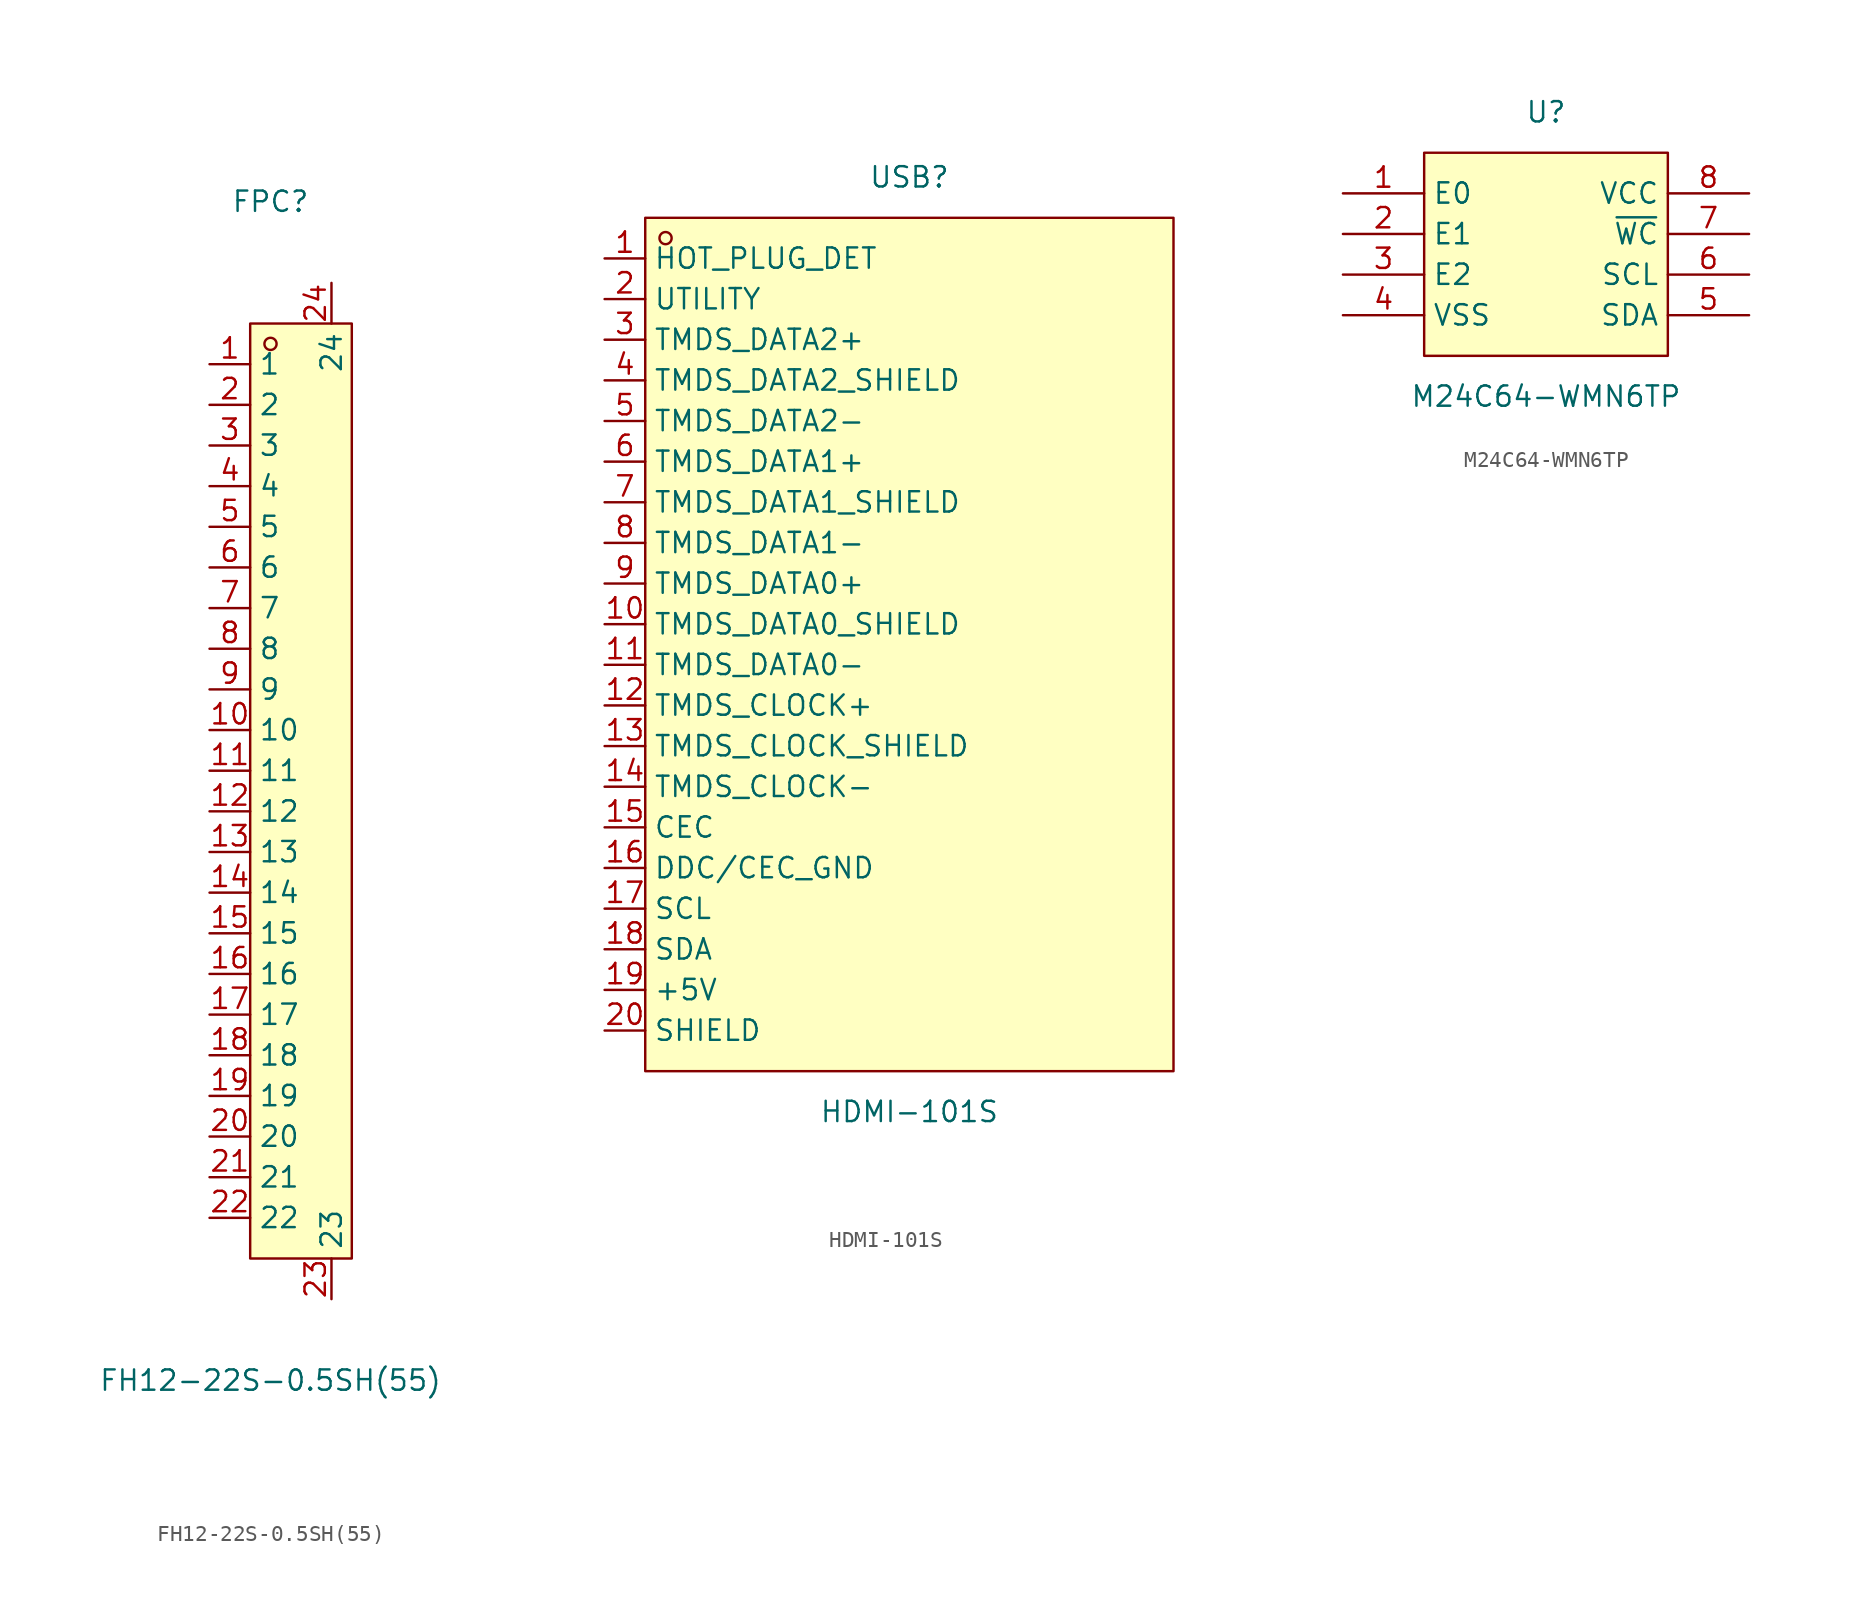
<source format=kicad_sym>
(kicad_symbol_lib
  (version 20211014)
  (generator https://github.com/uPesy/easyeda2kicad.py)
  (symbol "FH12-22S-0.5SH(55)"
    (property "Reference" "FPC"
      (at 0 36.83 0)
      (effects (font (size 1.27 1.27))))
    (property "Value" "FH12-22S-0.5SH(55)"
      (at 0 -36.83 0)
      (effects (font (size 1.27 1.27))))
    (symbol "FH12-22S-0.5SH(55)_0_1"
      (rectangle (start -1.27 29.21) (end 5.08 -29.21) (stroke (width 0) (type default) (color 0 0 0 0)) (fill (type background)))
      (circle (center 0.00 27.94) (radius 0.38) (stroke (width 0) (type default) (color 0 0 0 0)) (fill (type none)))
      (pin unspecified line (at -3.81 26.67 0) (length 2.54) (name "1" (effects (font (size 1.27 1.27)))) (number "1" (effects (font (size 1.27 1.27)))))
      (pin unspecified line (at -3.81 24.13 0) (length 2.54) (name "2" (effects (font (size 1.27 1.27)))) (number "2" (effects (font (size 1.27 1.27)))))
      (pin unspecified line (at -3.81 21.59 0) (length 2.54) (name "3" (effects (font (size 1.27 1.27)))) (number "3" (effects (font (size 1.27 1.27)))))
      (pin unspecified line (at -3.81 19.05 0) (length 2.54) (name "4" (effects (font (size 1.27 1.27)))) (number "4" (effects (font (size 1.27 1.27)))))
      (pin unspecified line (at -3.81 16.51 0) (length 2.54) (name "5" (effects (font (size 1.27 1.27)))) (number "5" (effects (font (size 1.27 1.27)))))
      (pin unspecified line (at -3.81 13.97 0) (length 2.54) (name "6" (effects (font (size 1.27 1.27)))) (number "6" (effects (font (size 1.27 1.27)))))
      (pin unspecified line (at -3.81 11.43 0) (length 2.54) (name "7" (effects (font (size 1.27 1.27)))) (number "7" (effects (font (size 1.27 1.27)))))
      (pin unspecified line (at -3.81 8.89 0) (length 2.54) (name "8" (effects (font (size 1.27 1.27)))) (number "8" (effects (font (size 1.27 1.27)))))
      (pin unspecified line (at -3.81 6.35 0) (length 2.54) (name "9" (effects (font (size 1.27 1.27)))) (number "9" (effects (font (size 1.27 1.27)))))
      (pin unspecified line (at -3.81 3.81 0) (length 2.54) (name "10" (effects (font (size 1.27 1.27)))) (number "10" (effects (font (size 1.27 1.27)))))
      (pin unspecified line (at -3.81 1.27 0) (length 2.54) (name "11" (effects (font (size 1.27 1.27)))) (number "11" (effects (font (size 1.27 1.27)))))
      (pin unspecified line (at -3.81 -1.27 0) (length 2.54) (name "12" (effects (font (size 1.27 1.27)))) (number "12" (effects (font (size 1.27 1.27)))))
      (pin unspecified line (at -3.81 -3.81 0) (length 2.54) (name "13" (effects (font (size 1.27 1.27)))) (number "13" (effects (font (size 1.27 1.27)))))
      (pin unspecified line (at -3.81 -6.35 0) (length 2.54) (name "14" (effects (font (size 1.27 1.27)))) (number "14" (effects (font (size 1.27 1.27)))))
      (pin unspecified line (at -3.81 -8.89 0) (length 2.54) (name "15" (effects (font (size 1.27 1.27)))) (number "15" (effects (font (size 1.27 1.27)))))
      (pin unspecified line (at -3.81 -11.43 0) (length 2.54) (name "16" (effects (font (size 1.27 1.27)))) (number "16" (effects (font (size 1.27 1.27)))))
      (pin unspecified line (at -3.81 -13.97 0) (length 2.54) (name "17" (effects (font (size 1.27 1.27)))) (number "17" (effects (font (size 1.27 1.27)))))
      (pin unspecified line (at -3.81 -16.51 0) (length 2.54) (name "18" (effects (font (size 1.27 1.27)))) (number "18" (effects (font (size 1.27 1.27)))))
      (pin unspecified line (at -3.81 -19.05 0) (length 2.54) (name "19" (effects (font (size 1.27 1.27)))) (number "19" (effects (font (size 1.27 1.27)))))
      (pin unspecified line (at -3.81 -21.59 0) (length 2.54) (name "20" (effects (font (size 1.27 1.27)))) (number "20" (effects (font (size 1.27 1.27)))))
      (pin unspecified line (at -3.81 -24.13 0) (length 2.54) (name "21" (effects (font (size 1.27 1.27)))) (number "21" (effects (font (size 1.27 1.27)))))
      (pin unspecified line (at -3.81 -26.67 0) (length 2.54) (name "22" (effects (font (size 1.27 1.27)))) (number "22" (effects (font (size 1.27 1.27)))))
      (pin unspecified line (at 3.81 -31.75 90) (length 2.54) (name "23" (effects (font (size 1.27 1.27)))) (number "23" (effects (font (size 1.27 1.27)))))
      (pin unspecified line (at 3.81 31.75 270) (length 2.54) (name "24" (effects (font (size 1.27 1.27)))) (number "24" (effects (font (size 1.27 1.27)))))))
  (symbol "HDMI-101S"
    (property "Reference" "USB"
      (at 0 29.21 0)
      (effects (font (size 1.27 1.27))))
    (property "Value" "HDMI-101S"
      (at 0 -29.21 0)
      (effects (font (size 1.27 1.27))))
    (symbol "HDMI-101S_0_1"
      (rectangle (start -16.51 26.67) (end 16.51 -26.67) (stroke (width 0) (type default) (color 0 0 0 0)) (fill (type background)))
      (circle (center -15.24 25.40) (radius 0.38) (stroke (width 0) (type default) (color 0 0 0 0)) (fill (type none)))
      (pin unspecified line (at -19.05 24.13 0) (length 2.54) (name "HOT_PLUG_DET" (effects (font (size 1.27 1.27)))) (number "1" (effects (font (size 1.27 1.27)))))
      (pin unspecified line (at -19.05 21.59 0) (length 2.54) (name "UTILITY" (effects (font (size 1.27 1.27)))) (number "2" (effects (font (size 1.27 1.27)))))
      (pin unspecified line (at -19.05 19.05 0) (length 2.54) (name "TMDS_DATA2+" (effects (font (size 1.27 1.27)))) (number "3" (effects (font (size 1.27 1.27)))))
      (pin unspecified line (at -19.05 16.51 0) (length 2.54) (name "TMDS_DATA2_SHIELD" (effects (font (size 1.27 1.27)))) (number "4" (effects (font (size 1.27 1.27)))))
      (pin unspecified line (at -19.05 13.97 0) (length 2.54) (name "TMDS_DATA2-" (effects (font (size 1.27 1.27)))) (number "5" (effects (font (size 1.27 1.27)))))
      (pin unspecified line (at -19.05 11.43 0) (length 2.54) (name "TMDS_DATA1+" (effects (font (size 1.27 1.27)))) (number "6" (effects (font (size 1.27 1.27)))))
      (pin unspecified line (at -19.05 8.89 0) (length 2.54) (name "TMDS_DATA1_SHIELD" (effects (font (size 1.27 1.27)))) (number "7" (effects (font (size 1.27 1.27)))))
      (pin unspecified line (at -19.05 6.35 0) (length 2.54) (name "TMDS_DATA1-" (effects (font (size 1.27 1.27)))) (number "8" (effects (font (size 1.27 1.27)))))
      (pin unspecified line (at -19.05 3.81 0) (length 2.54) (name "TMDS_DATA0+" (effects (font (size 1.27 1.27)))) (number "9" (effects (font (size 1.27 1.27)))))
      (pin unspecified line (at -19.05 1.27 0) (length 2.54) (name "TMDS_DATA0_SHIELD" (effects (font (size 1.27 1.27)))) (number "10" (effects (font (size 1.27 1.27)))))
      (pin unspecified line (at -19.05 -1.27 0) (length 2.54) (name "TMDS_DATA0-" (effects (font (size 1.27 1.27)))) (number "11" (effects (font (size 1.27 1.27)))))
      (pin unspecified line (at -19.05 -3.81 0) (length 2.54) (name "TMDS_CLOCK+" (effects (font (size 1.27 1.27)))) (number "12" (effects (font (size 1.27 1.27)))))
      (pin unspecified line (at -19.05 -6.35 0) (length 2.54) (name "TMDS_CLOCK_SHIELD" (effects (font (size 1.27 1.27)))) (number "13" (effects (font (size 1.27 1.27)))))
      (pin unspecified line (at -19.05 -8.89 0) (length 2.54) (name "TMDS_CLOCK-" (effects (font (size 1.27 1.27)))) (number "14" (effects (font (size 1.27 1.27)))))
      (pin unspecified line (at -19.05 -11.43 0) (length 2.54) (name "CEC" (effects (font (size 1.27 1.27)))) (number "15" (effects (font (size 1.27 1.27)))))
      (pin unspecified line (at -19.05 -13.97 0) (length 2.54) (name "DDC/CEC_GND" (effects (font (size 1.27 1.27)))) (number "16" (effects (font (size 1.27 1.27)))))
      (pin unspecified line (at -19.05 -16.51 0) (length 2.54) (name "SCL" (effects (font (size 1.27 1.27)))) (number "17" (effects (font (size 1.27 1.27)))))
      (pin unspecified line (at -19.05 -19.05 0) (length 2.54) (name "SDA" (effects (font (size 1.27 1.27)))) (number "18" (effects (font (size 1.27 1.27)))))
      (pin unspecified line (at -19.05 -21.59 0) (length 2.54) (name "+5V" (effects (font (size 1.27 1.27)))) (number "19" (effects (font (size 1.27 1.27)))))
      (pin unspecified line (at -19.05 -24.13 0) (length 2.54) (name "SHIELD" (effects (font (size 1.27 1.27)))) (number "20" (effects (font (size 1.27 1.27)))))))
  (symbol "M24C64-WMN6TP"
    (property "Reference" "U"
      (at 0 8.89 0)
      (effects (font (size 1.27 1.27))))
    (property "Value" "M24C64-WMN6TP"
      (at 0 -8.89 0)
      (effects (font (size 1.27 1.27))))
    (symbol "M24C64-WMN6TP_0_1"
      (rectangle (start -7.62 6.35) (end 7.62 -6.35) (stroke (width 0) (type default) (color 0 0 0 0)) (fill (type background)))
      (pin unspecified line (at -12.70 3.81 0) (length 5.08) (name "E0" (effects (font (size 1.27 1.27)))) (number "1" (effects (font (size 1.27 1.27)))))
      (pin unspecified line (at -12.70 1.27 0) (length 5.08) (name "E1" (effects (font (size 1.27 1.27)))) (number "2" (effects (font (size 1.27 1.27)))))
      (pin unspecified line (at -12.70 -1.27 0) (length 5.08) (name "E2" (effects (font (size 1.27 1.27)))) (number "3" (effects (font (size 1.27 1.27)))))
      (pin unspecified line (at -12.70 -3.81 0) (length 5.08) (name "VSS" (effects (font (size 1.27 1.27)))) (number "4" (effects (font (size 1.27 1.27)))))
      (pin unspecified line (at 12.70 -3.81 180) (length 5.08) (name "SDA" (effects (font (size 1.27 1.27)))) (number "5" (effects (font (size 1.27 1.27)))))
      (pin unspecified line (at 12.70 -1.27 180) (length 5.08) (name "SCL" (effects (font (size 1.27 1.27)))) (number "6" (effects (font (size 1.27 1.27)))))
      (pin unspecified line (at 12.70 1.27 180) (length 5.08) (name "~{WC}" (effects (font (size 1.27 1.27)))) (number "7" (effects (font (size 1.27 1.27)))))
      (pin unspecified line (at 12.70 3.81 180) (length 5.08) (name "VCC" (effects (font (size 1.27 1.27)))) (number "8" (effects (font (size 1.27 1.27))))))))
</source>
